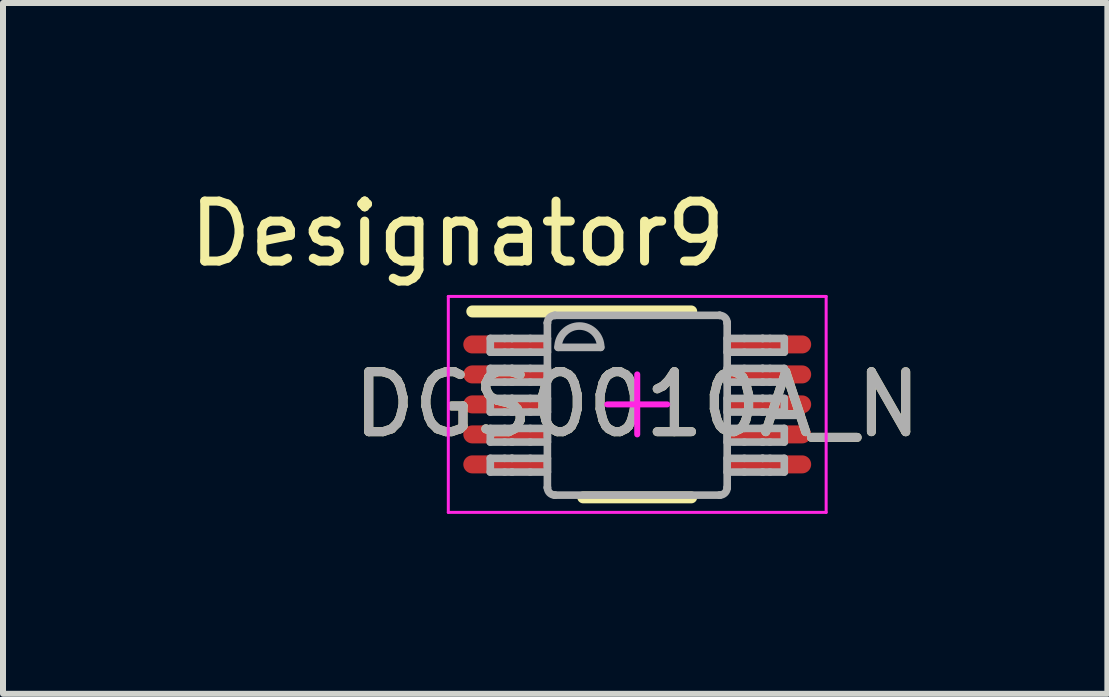
<source format=kicad_pcb>
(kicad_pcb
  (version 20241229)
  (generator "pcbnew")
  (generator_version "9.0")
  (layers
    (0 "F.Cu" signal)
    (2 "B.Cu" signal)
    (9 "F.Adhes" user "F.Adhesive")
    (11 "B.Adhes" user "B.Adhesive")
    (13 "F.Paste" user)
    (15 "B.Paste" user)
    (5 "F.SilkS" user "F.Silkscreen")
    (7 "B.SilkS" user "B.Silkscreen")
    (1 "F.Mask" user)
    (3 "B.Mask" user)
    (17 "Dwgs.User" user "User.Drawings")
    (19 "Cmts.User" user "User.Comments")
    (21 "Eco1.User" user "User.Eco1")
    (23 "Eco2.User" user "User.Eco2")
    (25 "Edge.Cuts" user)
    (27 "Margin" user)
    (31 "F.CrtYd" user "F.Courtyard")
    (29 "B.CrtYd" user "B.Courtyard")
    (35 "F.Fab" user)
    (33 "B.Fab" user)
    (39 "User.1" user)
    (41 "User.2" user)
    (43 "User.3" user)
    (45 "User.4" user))
  (footprint "DGS0010A_N"
    (layer "F.Cu")
    (at 7.575 3.693)
    (property "Reference" "DGS0010A_N" (at 0 0 0) (unlocked yes) (layer "F.SilkS") (effects (font (size 1 1) (thickness 0.15))))
    (attr smd)
    (fp_line (start -2.75 -1.55) (end 0.9 -1.55) (stroke (width 0.2) (type solid)) (layer "F.SilkS"))
    (fp_line (start -0.9 1.55) (end 0.9 1.55) (stroke (width 0.2) (type solid)) (layer "F.SilkS"))
    (fp_line (start -3.15 -1.8) (end 3.15 -1.8) (stroke (width 0.05) (type solid)) (layer "F.CrtYd"))
    (fp_line (start -3.15 1.8) (end -3.15 -1.8) (stroke (width 0.05) (type solid)) (layer "F.CrtYd"))
    (fp_line (start -3.15 1.8) (end 3.15 1.8) (stroke (width 0.05) (type solid)) (layer "F.CrtYd"))
    (fp_line (start -0.5 0) (end 0.5 0) (stroke (width 0.1) (type solid)) (layer "F.CrtYd"))
    (fp_line (start -0.000003 0.5) (end -0.000003 -0.5) (stroke (width 0.1) (type solid)) (layer "F.CrtYd"))
    (fp_line (start 3.15 1.8) (end 3.15 -1.8) (stroke (width 0.05) (type solid)) (layer "F.CrtYd"))
    (fp_line (start -2.45 -1.1) (end -2.21 -1.1) (stroke (width 0.127) (type solid)) (layer "F.Fab"))
    (fp_line (start -2.45 -0.871) (end -2.45 -1.1) (stroke (width 0.127) (type solid)) (layer "F.Fab"))
    (fp_line (start -2.45 -0.871) (end -2.21 -0.871) (stroke (width 0.127) (type solid)) (layer "F.Fab"))
    (fp_line (start -2.45 -0.6) (end -2.21 -0.6) (stroke (width 0.127) (type solid)) (layer "F.Fab"))
    (fp_line (start -2.45 -0.372) (end -2.45 -0.6) (stroke (width 0.127) (type solid)) (layer "F.Fab"))
    (fp_line (start -2.45 -0.372) (end -2.21 -0.372) (stroke (width 0.127) (type solid)) (layer "F.Fab"))
    (fp_line (start -2.45 -0.1) (end -2.21 -0.1) (stroke (width 0.127) (type solid)) (layer "F.Fab"))
    (fp_line (start -2.45 0.128) (end -2.45 -0.1) (stroke (width 0.127) (type solid)) (layer "F.Fab"))
    (fp_line (start -2.45 0.128) (end -2.21 0.128) (stroke (width 0.127) (type solid)) (layer "F.Fab"))
    (fp_line (start -2.45 0.4) (end -2.21 0.4) (stroke (width 0.127) (type solid)) (layer "F.Fab"))
    (fp_line (start -2.45 0.628) (end -2.45 0.4) (stroke (width 0.127) (type solid)) (layer "F.Fab"))
    (fp_line (start -2.45 0.628) (end -2.21 0.628) (stroke (width 0.127) (type solid)) (layer "F.Fab"))
    (fp_line (start -2.45 0.899) (end -2.21 0.899) (stroke (width 0.127) (type solid)) (layer "F.Fab"))
    (fp_line (start -2.45 1.128) (end -2.45 0.899) (stroke (width 0.127) (type solid)) (layer "F.Fab"))
    (fp_line (start -2.45 1.128) (end -2.21 1.128) (stroke (width 0.127) (type solid)) (layer "F.Fab"))
    (fp_line (start -2.21 -1.1) (end -2.09 -1.1) (stroke (width 0.127) (type solid)) (layer "F.Fab"))
    (fp_line (start -2.21 -0.871) (end -2.09 -0.871) (stroke (width 0.127) (type solid)) (layer "F.Fab"))
    (fp_line (start -2.21 -0.6) (end -2.09 -0.6) (stroke (width 0.127) (type solid)) (layer "F.Fab"))
    (fp_line (start -2.21 -0.372) (end -2.09 -0.372) (stroke (width 0.127) (type solid)) (layer "F.Fab"))
    (fp_line (start -2.21 -0.1) (end -2.09 -0.1) (stroke (width 0.127) (type solid)) (layer "F.Fab"))
    (fp_line (start -2.21 0.128) (end -2.09 0.128) (stroke (width 0.127) (type solid)) (layer "F.Fab"))
    (fp_line (start -2.21 0.4) (end -2.09 0.4) (stroke (width 0.127) (type solid)) (layer "F.Fab"))
    (fp_line (start -2.21 0.628) (end -2.09 0.628) (stroke (width 0.127) (type solid)) (layer "F.Fab"))
    (fp_line (start -2.21 0.899) (end -2.09 0.899) (stroke (width 0.127) (type solid)) (layer "F.Fab"))
    (fp_line (start -2.21 1.128) (end -2.09 1.128) (stroke (width 0.127) (type solid)) (layer "F.Fab"))
    (fp_line (start -2.09 -1.1) (end -2.087 -1.1) (stroke (width 0.127) (type solid)) (layer "F.Fab"))
    (fp_line (start -2.09 -0.871) (end -2.087 -0.871) (stroke (width 0.127) (type solid)) (layer "F.Fab"))
    (fp_line (start -2.09 -0.6) (end -2.087 -0.6) (stroke (width 0.127) (type solid)) (layer "F.Fab"))
    (fp_line (start -2.09 -0.372) (end -2.087 -0.372) (stroke (width 0.127) (type solid)) (layer "F.Fab"))
    (fp_line (start -2.09 -0.1) (end -2.087 -0.1) (stroke (width 0.127) (type solid)) (layer "F.Fab"))
    (fp_line (start -2.09 0.128) (end -2.087 0.128) (stroke (width 0.127) (type solid)) (layer "F.Fab"))
    (fp_line (start -2.09 0.4) (end -2.087 0.4) (stroke (width 0.127) (type solid)) (layer "F.Fab"))
    (fp_line (start -2.09 0.628) (end -2.087 0.628) (stroke (width 0.127) (type solid)) (layer "F.Fab"))
    (fp_line (start -2.09 0.899) (end -2.087 0.899) (stroke (width 0.127) (type solid)) (layer "F.Fab"))
    (fp_line (start -2.09 1.128) (end -2.087 1.128) (stroke (width 0.127) (type solid)) (layer "F.Fab"))
    (fp_line (start -2.087 -1.1) (end -1.784 -1.1) (stroke (width 0.127) (type solid)) (layer "F.Fab"))
    (fp_line (start -2.087 -0.871) (end -1.784 -0.871) (stroke (width 0.127) (type solid)) (layer "F.Fab"))
    (fp_line (start -2.087 -0.6) (end -1.784 -0.6) (stroke (width 0.127) (type solid)) (layer "F.Fab"))
    (fp_line (start -2.087 -0.372) (end -1.784 -0.372) (stroke (width 0.127) (type solid)) (layer "F.Fab"))
    (fp_line (start -2.087 -0.1) (end -1.784 -0.1) (stroke (width 0.127) (type solid)) (layer "F.Fab"))
    (fp_line (start -2.087 0.128) (end -1.784 0.128) (stroke (width 0.127) (type solid)) (layer "F.Fab"))
    (fp_line (start -2.087 0.4) (end -1.784 0.4) (stroke (width 0.127) (type solid)) (layer "F.Fab"))
    (fp_line (start -2.087 0.628) (end -1.784 0.628) (stroke (width 0.127) (type solid)) (layer "F.Fab"))
    (fp_line (start -2.087 0.899) (end -1.784 0.899) (stroke (width 0.127) (type solid)) (layer "F.Fab"))
    (fp_line (start -2.087 1.128) (end -1.784 1.128) (stroke (width 0.127) (type solid)) (layer "F.Fab"))
    (fp_line (start -1.784 -1.1) (end -1.498 -1.1) (stroke (width 0.127) (type solid)) (layer "F.Fab"))
    (fp_line (start -1.784 -0.871) (end -1.498 -0.871) (stroke (width 0.127) (type solid)) (layer "F.Fab"))
    (fp_line (start -1.784 -0.6) (end -1.498 -0.6) (stroke (width 0.127) (type solid)) (layer "F.Fab"))
    (fp_line (start -1.784 -0.372) (end -1.498 -0.372) (stroke (width 0.127) (type solid)) (layer "F.Fab"))
    (fp_line (start -1.784 -0.1) (end -1.498 -0.1) (stroke (width 0.127) (type solid)) (layer "F.Fab"))
    (fp_line (start -1.784 0.128) (end -1.498 0.128) (stroke (width 0.127) (type solid)) (layer "F.Fab"))
    (fp_line (start -1.784 0.4) (end -1.498 0.4) (stroke (width 0.127) (type solid)) (layer "F.Fab"))
    (fp_line (start -1.784 0.628) (end -1.498 0.628) (stroke (width 0.127) (type solid)) (layer "F.Fab"))
    (fp_line (start -1.784 0.899) (end -1.498 0.899) (stroke (width 0.127) (type solid)) (layer "F.Fab"))
    (fp_line (start -1.784 1.128) (end -1.498 1.128) (stroke (width 0.127) (type solid)) (layer "F.Fab"))
    (fp_line (start -1.498 -1.358) (end -1.497 -1.36) (stroke (width 0.127) (type solid)) (layer "F.Fab"))
    (fp_line (start -1.498 -0.871) (end -1.498 -1.1) (stroke (width 0.127) (type solid)) (layer "F.Fab"))
    (fp_line (start -1.498 -0.372) (end -1.498 -0.6) (stroke (width 0.127) (type solid)) (layer "F.Fab"))
    (fp_line (start -1.498 0.128) (end -1.498 -0.1) (stroke (width 0.127) (type solid)) (layer "F.Fab"))
    (fp_line (start -1.498 0.628) (end -1.498 0.4) (stroke (width 0.127) (type solid)) (layer "F.Fab"))
    (fp_line (start -1.498 1.128) (end -1.498 0.899) (stroke (width 0.127) (type solid)) (layer "F.Fab"))
    (fp_line (start -1.498 1.386) (end -1.498 -1.358) (stroke (width 0.127) (type solid)) (layer "F.Fab"))
    (fp_line (start -1.498 1.386) (end -1.497 1.388) (stroke (width 0.127) (type solid)) (layer "F.Fab"))
    (fp_line (start -1.373 -1.485) (end -1.371 -1.485) (stroke (width 0.127) (type solid)) (layer "F.Fab"))
    (fp_line (start -1.373 1.513) (end -1.371 1.513) (stroke (width 0.127) (type solid)) (layer "F.Fab"))
    (fp_line (start -1.371 -1.485) (end 1.373 -1.485) (stroke (width 0.127) (type solid)) (layer "F.Fab"))
    (fp_line (start -1.371 1.513) (end 1.373 1.513) (stroke (width 0.127) (type solid)) (layer "F.Fab"))
    (fp_line (start -1.32 -0.951) (end -0.609 -0.951) (stroke (width 0.127) (type solid)) (layer "F.Fab"))
    (fp_line (start 1.373 -1.485) (end 1.375 -1.485) (stroke (width 0.127) (type solid)) (layer "F.Fab"))
    (fp_line (start 1.373 1.513) (end 1.375 1.513) (stroke (width 0.127) (type solid)) (layer "F.Fab"))
    (fp_line (start 1.5 -1.36) (end 1.5 -1.358) (stroke (width 0.127) (type solid)) (layer "F.Fab"))
    (fp_line (start 1.5 1.388) (end 1.5 1.386) (stroke (width 0.127) (type solid)) (layer "F.Fab"))
    (fp_line (start 1.5 -1.1) (end 1.786 -1.1) (stroke (width 0.127) (type solid)) (layer "F.Fab"))
    (fp_line (start 1.5 -0.871) (end 1.5 -1.1) (stroke (width 0.127) (type solid)) (layer "F.Fab"))
    (fp_line (start 1.5 -0.871) (end 1.786 -0.871) (stroke (width 0.127) (type solid)) (layer "F.Fab"))
    (fp_line (start 1.5 -0.6) (end 1.786 -0.6) (stroke (width 0.127) (type solid)) (layer "F.Fab"))
    (fp_line (start 1.5 -0.372) (end 1.5 -0.6) (stroke (width 0.127) (type solid)) (layer "F.Fab"))
    (fp_line (start 1.5 -0.372) (end 1.786 -0.372) (stroke (width 0.127) (type solid)) (layer "F.Fab"))
    (fp_line (start 1.5 -0.1) (end 1.786 -0.1) (stroke (width 0.127) (type solid)) (layer "F.Fab"))
    (fp_line (start 1.5 0.128) (end 1.5 -0.1) (stroke (width 0.127) (type solid)) (layer "F.Fab"))
    (fp_line (start 1.5 0.128) (end 1.786 0.128) (stroke (width 0.127) (type solid)) (layer "F.Fab"))
    (fp_line (start 1.5 0.4) (end 1.786 0.4) (stroke (width 0.127) (type solid)) (layer "F.Fab"))
    (fp_line (start 1.5 0.628) (end 1.5 0.4) (stroke (width 0.127) (type solid)) (layer "F.Fab"))
    (fp_line (start 1.5 0.628) (end 1.786 0.628) (stroke (width 0.127) (type solid)) (layer "F.Fab"))
    (fp_line (start 1.5 0.899) (end 1.786 0.899) (stroke (width 0.127) (type solid)) (layer "F.Fab"))
    (fp_line (start 1.5 1.128) (end 1.5 0.899) (stroke (width 0.127) (type solid)) (layer "F.Fab"))
    (fp_line (start 1.5 1.128) (end 1.786 1.128) (stroke (width 0.127) (type solid)) (layer "F.Fab"))
    (fp_line (start 1.5 1.386) (end 1.5 -1.358) (stroke (width 0.127) (type solid)) (layer "F.Fab"))
    (fp_line (start 1.786 -1.1) (end 2.089 -1.1) (stroke (width 0.127) (type solid)) (layer "F.Fab"))
    (fp_line (start 1.786 -0.871) (end 2.089 -0.871) (stroke (width 0.127) (type solid)) (layer "F.Fab"))
    (fp_line (start 1.786 -0.6) (end 2.089 -0.6) (stroke (width 0.127) (type solid)) (layer "F.Fab"))
    (fp_line (start 1.786 -0.372) (end 2.089 -0.372) (stroke (width 0.127) (type solid)) (layer "F.Fab"))
    (fp_line (start 1.786 -0.1) (end 2.089 -0.1) (stroke (width 0.127) (type solid)) (layer "F.Fab"))
    (fp_line (start 1.786 0.128) (end 2.089 0.128) (stroke (width 0.127) (type solid)) (layer "F.Fab"))
    (fp_line (start 1.786 0.4) (end 2.089 0.4) (stroke (width 0.127) (type solid)) (layer "F.Fab"))
    (fp_line (start 1.786 0.628) (end 2.089 0.628) (stroke (width 0.127) (type solid)) (layer "F.Fab"))
    (fp_line (start 1.786 0.899) (end 2.089 0.899) (stroke (width 0.127) (type solid)) (layer "F.Fab"))
    (fp_line (start 1.786 1.128) (end 2.089 1.128) (stroke (width 0.127) (type solid)) (layer "F.Fab"))
    (fp_line (start 2.089 -1.1) (end 2.093 -1.1) (stroke (width 0.127) (type solid)) (layer "F.Fab"))
    (fp_line (start 2.089 -0.871) (end 2.093 -0.871) (stroke (width 0.127) (type solid)) (layer "F.Fab"))
    (fp_line (start 2.089 -0.6) (end 2.093 -0.6) (stroke (width 0.127) (type solid)) (layer "F.Fab"))
    (fp_line (start 2.089 -0.372) (end 2.093 -0.372) (stroke (width 0.127) (type solid)) (layer "F.Fab"))
    (fp_line (start 2.089 -0.1) (end 2.093 -0.1) (stroke (width 0.127) (type solid)) (layer "F.Fab"))
    (fp_line (start 2.089 0.128) (end 2.093 0.128) (stroke (width 0.127) (type solid)) (layer "F.Fab"))
    (fp_line (start 2.089 0.4) (end 2.093 0.4) (stroke (width 0.127) (type solid)) (layer "F.Fab"))
    (fp_line (start 2.089 0.628) (end 2.093 0.628) (stroke (width 0.127) (type solid)) (layer "F.Fab"))
    (fp_line (start 2.089 0.899) (end 2.093 0.899) (stroke (width 0.127) (type solid)) (layer "F.Fab"))
    (fp_line (start 2.089 1.128) (end 2.093 1.128) (stroke (width 0.127) (type solid)) (layer "F.Fab"))
    (fp_line (start 2.093 -1.1) (end 2.213 -1.1) (stroke (width 0.127) (type solid)) (layer "F.Fab"))
    (fp_line (start 2.093 -0.871) (end 2.213 -0.871) (stroke (width 0.127) (type solid)) (layer "F.Fab"))
    (fp_line (start 2.093 -0.6) (end 2.213 -0.6) (stroke (width 0.127) (type solid)) (layer "F.Fab"))
    (fp_line (start 2.093 -0.372) (end 2.213 -0.372) (stroke (width 0.127) (type solid)) (layer "F.Fab"))
    (fp_line (start 2.093 -0.1) (end 2.213 -0.1) (stroke (width 0.127) (type solid)) (layer "F.Fab"))
    (fp_line (start 2.093 0.128) (end 2.213 0.128) (stroke (width 0.127) (type solid)) (layer "F.Fab"))
    (fp_line (start 2.093 0.4) (end 2.213 0.4) (stroke (width 0.127) (type solid)) (layer "F.Fab"))
    (fp_line (start 2.093 0.628) (end 2.213 0.628) (stroke (width 0.127) (type solid)) (layer "F.Fab"))
    (fp_line (start 2.093 0.899) (end 2.213 0.899) (stroke (width 0.127) (type solid)) (layer "F.Fab"))
    (fp_line (start 2.093 1.128) (end 2.213 1.128) (stroke (width 0.127) (type solid)) (layer "F.Fab"))
    (fp_line (start 2.213 -1.1) (end 2.452 -1.1) (stroke (width 0.127) (type solid)) (layer "F.Fab"))
    (fp_line (start 2.213 -0.871) (end 2.452 -0.871) (stroke (width 0.127) (type solid)) (layer "F.Fab"))
    (fp_line (start 2.213 -0.6) (end 2.452 -0.6) (stroke (width 0.127) (type solid)) (layer "F.Fab"))
    (fp_line (start 2.213 -0.372) (end 2.452 -0.372) (stroke (width 0.127) (type solid)) (layer "F.Fab"))
    (fp_line (start 2.213 -0.1) (end 2.452 -0.1) (stroke (width 0.127) (type solid)) (layer "F.Fab"))
    (fp_line (start 2.213 0.128) (end 2.452 0.128) (stroke (width 0.127) (type solid)) (layer "F.Fab"))
    (fp_line (start 2.213 0.4) (end 2.452 0.4) (stroke (width 0.127) (type solid)) (layer "F.Fab"))
    (fp_line (start 2.213 0.628) (end 2.452 0.628) (stroke (width 0.127) (type solid)) (layer "F.Fab"))
    (fp_line (start 2.213 0.899) (end 2.452 0.899) (stroke (width 0.127) (type solid)) (layer "F.Fab"))
    (fp_line (start 2.213 1.128) (end 2.452 1.128) (stroke (width 0.127) (type solid)) (layer "F.Fab"))
    (fp_line (start 2.452 -0.871) (end 2.452 -1.1) (stroke (width 0.127) (type solid)) (layer "F.Fab"))
    (fp_line (start 2.452 -0.372) (end 2.452 -0.6) (stroke (width 0.127) (type solid)) (layer "F.Fab"))
    (fp_line (start 2.452 0.128) (end 2.452 -0.1) (stroke (width 0.127) (type solid)) (layer "F.Fab"))
    (fp_line (start 2.452 0.628) (end 2.452 0.4) (stroke (width 0.127) (type solid)) (layer "F.Fab"))
    (fp_line (start 2.452 1.128) (end 2.452 0.899) (stroke (width 0.127) (type solid)) (layer "F.Fab"))
    (fp_arc (start -1.49745 -1.360299) (mid -1.460293 -1.447356) (end -1.373243 -1.484531) (stroke (width 0.127) (type solid)) (layer "F.Fab"))
    (fp_arc (start -1.373243 1.512619) (mid -1.460293 1.475444) (end -1.49745 1.388386) (stroke (width 0.127) (type solid)) (layer "F.Fab"))
    (fp_arc (start -1.3197 -0.951156) (mid -0.9641 -1.306756) (end -0.6085 -0.951156) (stroke (width 0.127) (type solid)) (layer "F.Fab"))
    (fp_arc (start 1.375443 -1.484532) (mid 1.462505 -1.447362) (end 1.499675 -1.360299) (stroke (width 0.127) (type solid)) (layer "F.Fab"))
    (fp_arc (start 1.499675 1.388387) (mid 1.462505 1.475449) (end 1.375443 1.512619) (stroke (width 0.127) (type solid)) (layer "F.Fab"))
    (fp_text user "Designator9" (at -2.997 -2.845 0) (unlocked yes) (layer "F.SilkS") (effects (font (size 1 1) (thickness 0.15))))
    (fp_text user "${REFERENCE}" (at 0 0 0) (unlocked yes) (layer "F.Fab") (effects (font (size 1 1) (thickness 0.15))))
    (pad "1" smd oval (at -2.225 -1 90) (size 0.3 1.35) (layers "F.Cu" "F.Mask" "F.Paste"))
    (pad "2" smd oval (at -2.225 -0.5 90) (size 0.3 1.35) (layers "F.Cu" "F.Mask" "F.Paste"))
    (pad "3" smd oval (at -2.225 0 90) (size 0.3 1.35) (layers "F.Cu" "F.Mask" "F.Paste"))
    (pad "4" smd oval (at -2.225 0.5 90) (size 0.3 1.35) (layers "F.Cu" "F.Mask" "F.Paste"))
    (pad "5" smd oval (at -2.225 1 90) (size 0.3 1.35) (layers "F.Cu" "F.Mask" "F.Paste"))
    (pad "6" smd oval (at 2.225 1 90) (size 0.3 1.35) (layers "F.Cu" "F.Mask" "F.Paste"))
    (pad "7" smd oval (at 2.225 0.5 90) (size 0.3 1.35) (layers "F.Cu" "F.Mask" "F.Paste"))
    (pad "8" smd oval (at 2.225 0 90) (size 0.3 1.35) (layers "F.Cu" "F.Mask" "F.Paste"))
    (pad "9" smd oval (at 2.225 -0.5 90) (size 0.3 1.35) (layers "F.Cu" "F.Mask" "F.Paste"))
    (pad "10" smd oval (at 2.225 -1 90) (size 0.3 1.35) (layers "F.Cu" "F.Mask" "F.Paste")))
  (gr_rect
    (start -3 -3)
    (end 15.414 8.518)
    (stroke (width 0.1) (type default))
    (fill no)
    (layer "Edge.Cuts")))
</source>
